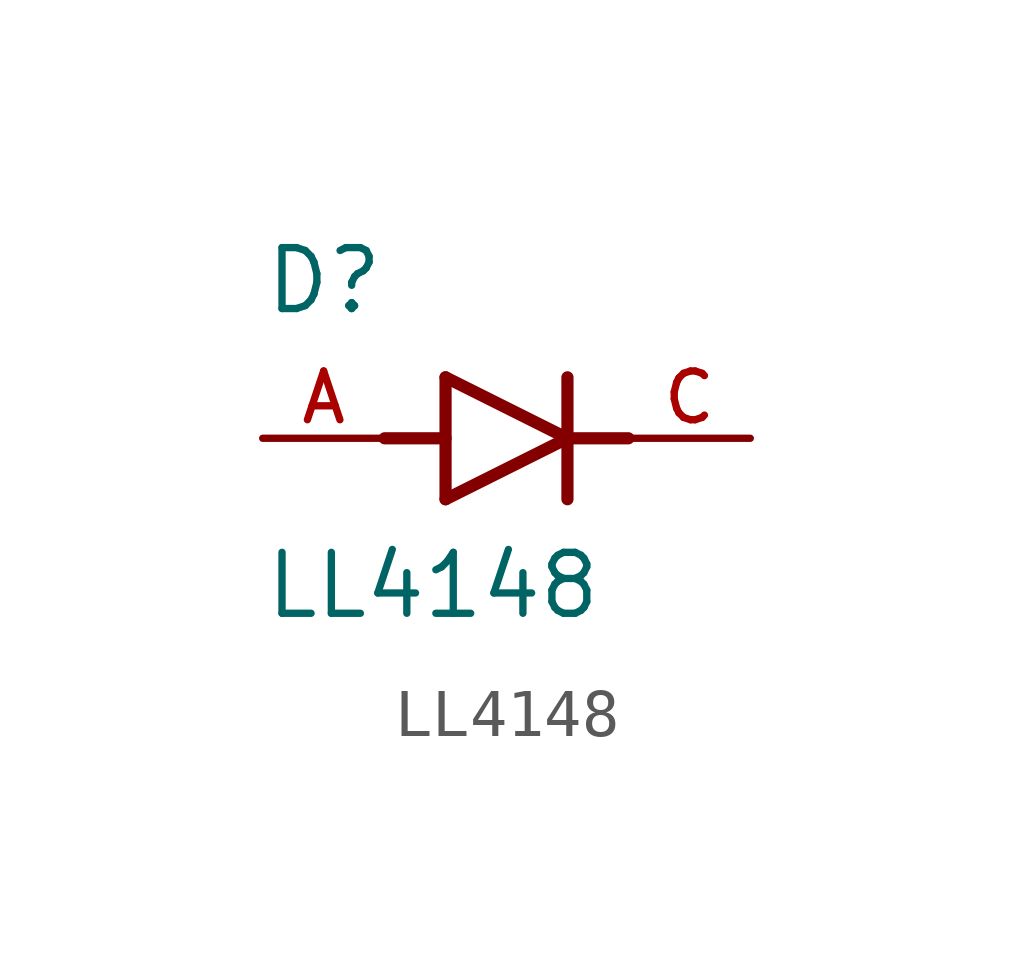
<source format=kicad_sym>
(kicad_symbol_lib
  (version 20241209)
  (generator "kicad_symbol_editor")
  (generator_version "9.0")
  (symbol "LL4148"
    (pin_names
      (offset 1.016))
    (property "Reference" "D"
      (at -5.08 2.54 0)
      (effects (font (size 1.27 1.27)) (justify left bottom)))
    (property "Value" "LL4148"
      (at -5.08 -3.81 0)
      (effects (font (size 1.27 1.27)) (justify left bottom)))
    (symbol "LL4148_0_0"
      (polyline (pts (xy -2.54 0) (xy -1.27 0)) (stroke (width 0.254) (type default)) (fill (type none)))
      (polyline (pts (xy -1.27 1.27) (xy -1.27 -1.27)) (stroke (width 0.254) (type default)) (fill (type none)))
      (polyline (pts (xy -1.27 -1.27) (xy 1.27 0)) (stroke (width 0.254) (type default)) (fill (type none)))
      (polyline (pts (xy 1.27 1.27) (xy 1.27 -1.27)) (stroke (width 0.254) (type default)) (fill (type none)))
      (polyline (pts (xy 1.27 0) (xy -1.27 1.27)) (stroke (width 0.254) (type default)) (fill (type none)))
      (polyline (pts (xy 1.27 0) (xy 2.54 0)) (stroke (width 0.254) (type default)) (fill (type none)))
      (pin passive line (at -5.08 0 0) (length 2.54) (name "~" (effects (font (size 1.016 1.016)))) (number "A" (effects (font (size 1.016 1.016)))))
      (pin passive line (at 5.08 0 180) (length 2.54) (name "~" (effects (font (size 1.016 1.016)))) (number "C" (effects (font (size 1.016 1.016))))))))
</source>
